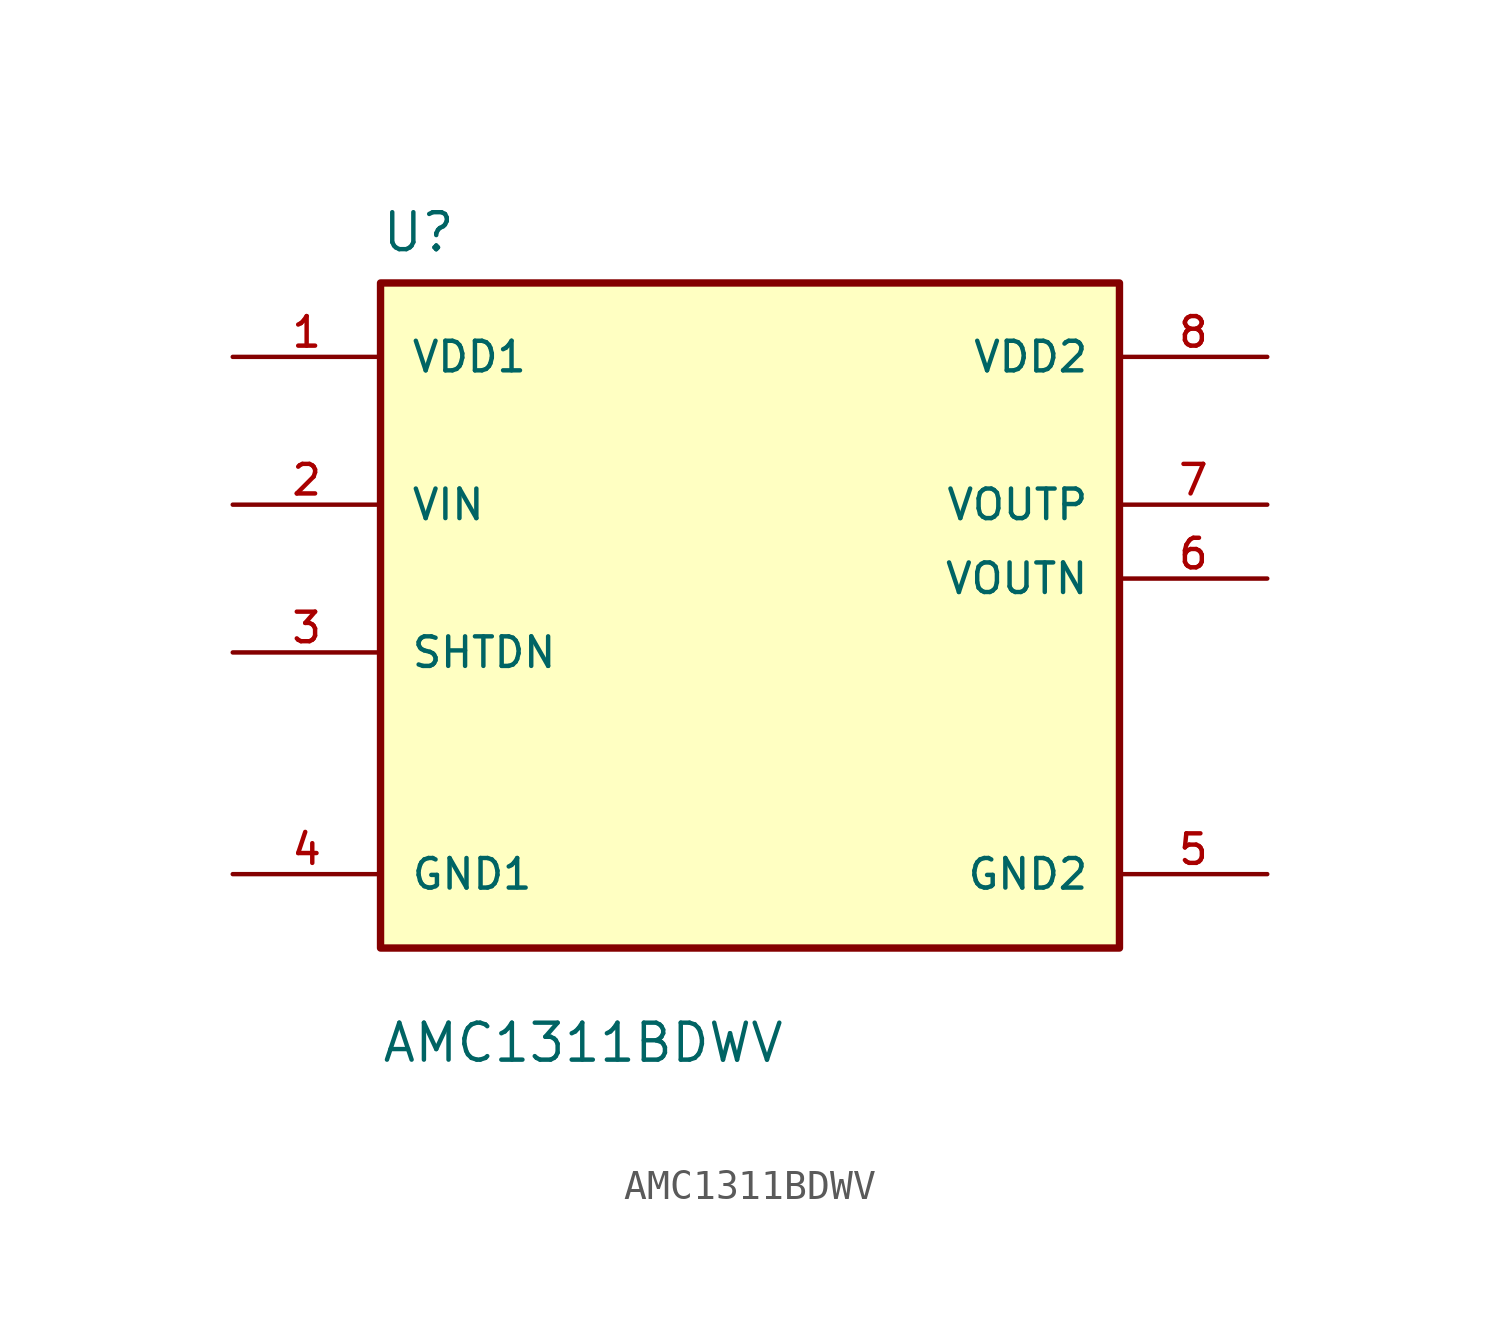
<source format=kicad_sym>
(kicad_symbol_lib
  (version 20211014)
  (generator kicad_symbol_editor)
  (symbol "AMC1311BDWV"
    (pin_names
      (offset 1.016))
    (property "Reference" "U"
      (at -12.7 11.16 0.0)
      (effects (font (size 1.27 1.27)) (justify bottom left)))
    (property "Value" "AMC1311BDWV"
      (at -12.7 -16.7 0.0)
      (effects (font (size 1.27 1.27)) (justify bottom left)))
    (symbol "AMC1311BDWV_0_0"
      (rectangle (start -12.7 -12.7) (end 12.7 10.16) (stroke (width 0.254)) (fill (type background)))
      (pin input line (at -17.78 -2.54 0) (length 5.08) (name "SHTDN" (effects (font (size 1.016 1.016)))) (number "3" (effects (font (size 1.016 1.016)))))
      (pin power_in line (at -17.78 7.62 0) (length 5.08) (name "VDD1" (effects (font (size 1.016 1.016)))) (number "1" (effects (font (size 1.016 1.016)))))
      (pin power_in line (at 17.78 7.62 180.0) (length 5.08) (name "VDD2" (effects (font (size 1.016 1.016)))) (number "8" (effects (font (size 1.016 1.016)))))
      (pin input line (at -17.78 2.54 0) (length 5.08) (name "VIN" (effects (font (size 1.016 1.016)))) (number "2" (effects (font (size 1.016 1.016)))))
      (pin output line (at 17.78 0.0 180.0) (length 5.08) (name "VOUTN" (effects (font (size 1.016 1.016)))) (number "6" (effects (font (size 1.016 1.016)))))
      (pin output line (at 17.78 2.54 180.0) (length 5.08) (name "VOUTP" (effects (font (size 1.016 1.016)))) (number "7" (effects (font (size 1.016 1.016)))))
      (pin power_in line (at -17.78 -10.16 0) (length 5.08) (name "GND1" (effects (font (size 1.016 1.016)))) (number "4" (effects (font (size 1.016 1.016)))))
      (pin power_in line (at 17.78 -10.16 180.0) (length 5.08) (name "GND2" (effects (font (size 1.016 1.016)))) (number "5" (effects (font (size 1.016 1.016))))))))
</source>
